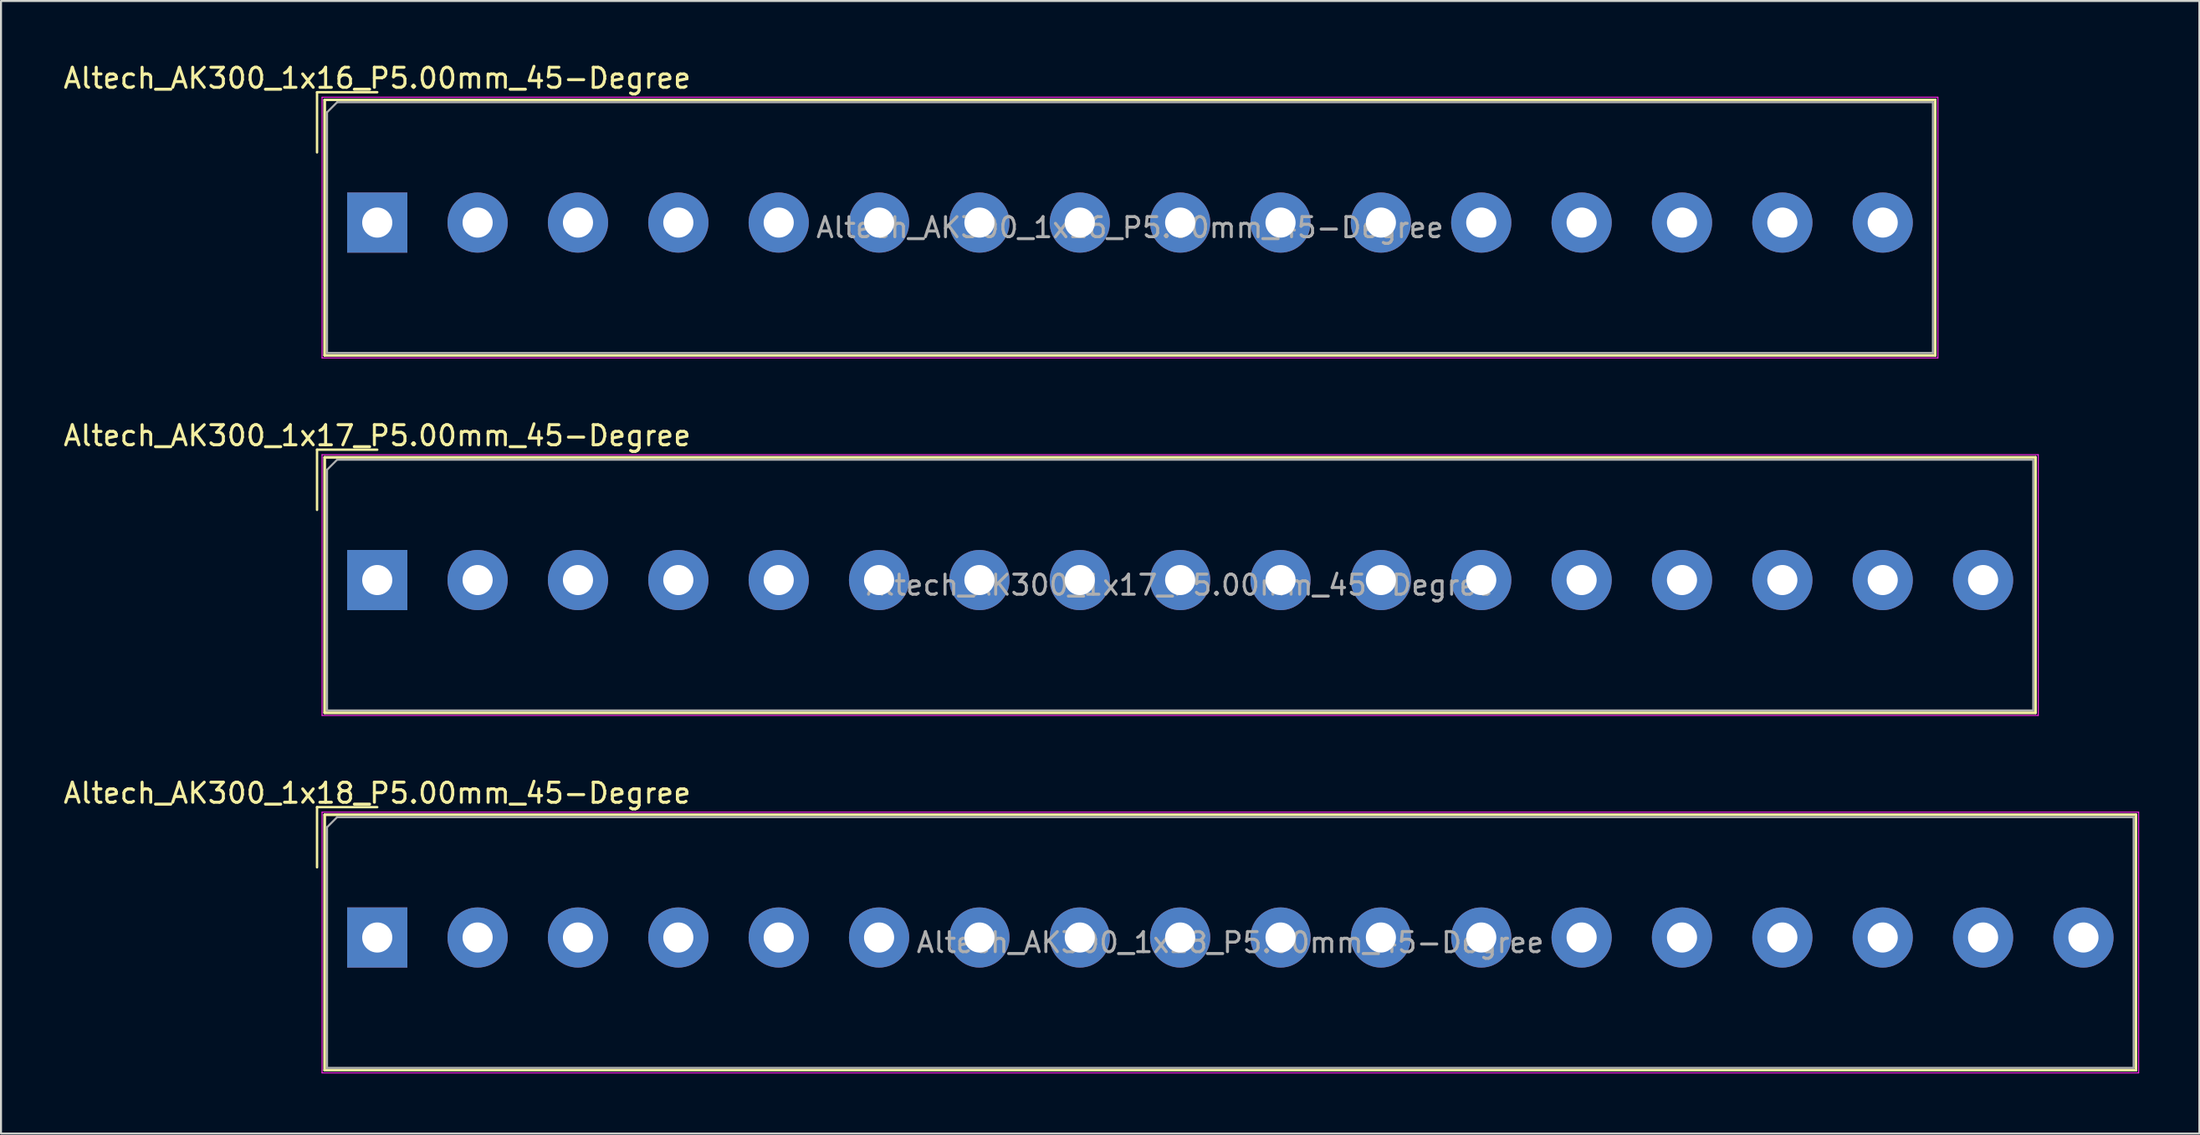
<source format=kicad_pcb>
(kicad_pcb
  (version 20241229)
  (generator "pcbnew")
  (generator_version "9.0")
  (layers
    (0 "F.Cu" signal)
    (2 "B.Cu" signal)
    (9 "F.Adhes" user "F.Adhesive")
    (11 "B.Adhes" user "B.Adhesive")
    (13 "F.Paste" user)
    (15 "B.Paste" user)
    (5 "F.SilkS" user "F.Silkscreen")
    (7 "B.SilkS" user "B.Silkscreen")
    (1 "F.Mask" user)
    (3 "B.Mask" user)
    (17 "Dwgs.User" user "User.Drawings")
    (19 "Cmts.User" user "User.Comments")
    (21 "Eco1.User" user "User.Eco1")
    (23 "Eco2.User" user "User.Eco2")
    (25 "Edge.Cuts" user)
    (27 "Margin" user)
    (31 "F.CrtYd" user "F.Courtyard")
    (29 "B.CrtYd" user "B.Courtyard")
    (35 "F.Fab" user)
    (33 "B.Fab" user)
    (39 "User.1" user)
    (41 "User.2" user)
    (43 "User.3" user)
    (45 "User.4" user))
  (footprint "Altech_AK300_1x16_P5.00mm_45-Degree"
    (layer "F.Cu")
    (at 15.744 8.048)
    (property "Reference" "Altech_AK300_1x16_P5.00mm_45-Degree" (at 0 -7.2 0) (layer "F.SilkS") (effects (font (size 1 1) (thickness 0.15))))
    (attr through_hole)
    (fp_line (start -3 -6.5) (end 0 -6.5) (stroke (width 0.12) (type solid)) (layer "F.SilkS"))
    (fp_line (start -3 -3.5) (end -3 -6.5) (stroke (width 0.12) (type solid)) (layer "F.SilkS"))
    (fp_line (start -2.62 -6.12) (end -2.62 6.62) (stroke (width 0.12) (type solid)) (layer "F.SilkS"))
    (fp_line (start -2.62 -6.12) (end -2.62 6.62) (stroke (width 0.12) (type solid)) (layer "F.SilkS"))
    (fp_line (start -2.62 -6.12) (end 77.62 -6.12) (stroke (width 0.12) (type solid)) (layer "F.SilkS"))
    (fp_line (start -2.62 -6.12) (end 77.62 -6.12) (stroke (width 0.12) (type solid)) (layer "F.SilkS"))
    (fp_line (start -2.62 6.62) (end 77.62 6.62) (stroke (width 0.12) (type solid)) (layer "F.SilkS"))
    (fp_line (start -2.62 6.62) (end 77.62 6.62) (stroke (width 0.12) (type solid)) (layer "F.SilkS"))
    (fp_line (start 77.62 -6.12) (end 77.62 6.62) (stroke (width 0.12) (type solid)) (layer "F.SilkS"))
    (fp_line (start 77.62 -6.12) (end 77.62 6.62) (stroke (width 0.12) (type solid)) (layer "F.SilkS"))
    (fp_line (start -2.75 -6.25) (end -2.75 6.75) (stroke (width 0.05) (type solid)) (layer "F.CrtYd"))
    (fp_line (start -2.75 -6.25) (end 77.75 -6.25) (stroke (width 0.05) (type solid)) (layer "F.CrtYd"))
    (fp_line (start -2.75 6.75) (end 77.75 6.75) (stroke (width 0.05) (type solid)) (layer "F.CrtYd"))
    (fp_line (start 77.75 -6.25) (end 77.75 6.75) (stroke (width 0.05) (type solid)) (layer "F.CrtYd"))
    (fp_line (start -2.5 -5.5) (end -2 -6) (stroke (width 0.1) (type solid)) (layer "F.Fab"))
    (fp_line (start -2.5 6.5) (end -2.5 -5.5) (stroke (width 0.1) (type solid)) (layer "F.Fab"))
    (fp_line (start -2 -6) (end 77.5 -6) (stroke (width 0.1) (type solid)) (layer "F.Fab"))
    (fp_line (start 77.5 -6) (end 77.5 6.5) (stroke (width 0.1) (type solid)) (layer "F.Fab"))
    (fp_line (start 77.5 6.5) (end -2.5 6.5) (stroke (width 0.1) (type solid)) (layer "F.Fab"))
    (fp_text user "${REFERENCE}" (at 37.5 0.25 0) (layer "F.Fab") (effects (font (size 1 1) (thickness 0.15))))
    (pad "1" thru_hole rect (at 0 0) (size 3 3) (drill 1.5) (layers "*.Cu" "*.Mask"))
    (pad "2" thru_hole circle (at 5 0) (size 3 3) (drill 1.5) (layers "*.Cu" "*.Mask"))
    (pad "3" thru_hole circle (at 10 0) (size 3 3) (drill 1.5) (layers "*.Cu" "*.Mask"))
    (pad "4" thru_hole circle (at 15 0) (size 3 3) (drill 1.5) (layers "*.Cu" "*.Mask"))
    (pad "5" thru_hole circle (at 20 0) (size 3 3) (drill 1.5) (layers "*.Cu" "*.Mask"))
    (pad "6" thru_hole circle (at 25 0) (size 3 3) (drill 1.5) (layers "*.Cu" "*.Mask"))
    (pad "7" thru_hole circle (at 30 0) (size 3 3) (drill 1.5) (layers "*.Cu" "*.Mask"))
    (pad "8" thru_hole circle (at 35 0) (size 3 3) (drill 1.5) (layers "*.Cu" "*.Mask"))
    (pad "9" thru_hole circle (at 40 0) (size 3 3) (drill 1.5) (layers "*.Cu" "*.Mask"))
    (pad "10" thru_hole circle (at 45 0) (size 3 3) (drill 1.5) (layers "*.Cu" "*.Mask"))
    (pad "11" thru_hole circle (at 50 0) (size 3 3) (drill 1.5) (layers "*.Cu" "*.Mask"))
    (pad "12" thru_hole circle (at 55 0) (size 3 3) (drill 1.5) (layers "*.Cu" "*.Mask"))
    (pad "13" thru_hole circle (at 60 0) (size 3 3) (drill 1.5) (layers "*.Cu" "*.Mask"))
    (pad "14" thru_hole circle (at 65 0) (size 3 3) (drill 1.5) (layers "*.Cu" "*.Mask"))
    (pad "15" thru_hole circle (at 70 0) (size 3 3) (drill 1.5) (layers "*.Cu" "*.Mask"))
    (pad "16" thru_hole circle (at 75 0) (size 3 3) (drill 1.5) (layers "*.Cu" "*.Mask")))
  (footprint "Altech_AK300_1x17_P5.00mm_45-Degree"
    (layer "F.Cu")
    (at 15.744 25.872)
    (property "Reference" "Altech_AK300_1x17_P5.00mm_45-Degree" (at 0 -7.2 0) (layer "F.SilkS") (effects (font (size 1 1) (thickness 0.15))))
    (attr through_hole)
    (fp_line (start -3 -6.5) (end 0 -6.5) (stroke (width 0.12) (type solid)) (layer "F.SilkS"))
    (fp_line (start -3 -3.5) (end -3 -6.5) (stroke (width 0.12) (type solid)) (layer "F.SilkS"))
    (fp_line (start -2.62 -6.12) (end -2.62 6.62) (stroke (width 0.12) (type solid)) (layer "F.SilkS"))
    (fp_line (start -2.62 -6.12) (end -2.62 6.62) (stroke (width 0.12) (type solid)) (layer "F.SilkS"))
    (fp_line (start -2.62 -6.12) (end 82.62 -6.12) (stroke (width 0.12) (type solid)) (layer "F.SilkS"))
    (fp_line (start -2.62 -6.12) (end 82.62 -6.12) (stroke (width 0.12) (type solid)) (layer "F.SilkS"))
    (fp_line (start -2.62 6.62) (end 82.62 6.62) (stroke (width 0.12) (type solid)) (layer "F.SilkS"))
    (fp_line (start -2.62 6.62) (end 82.62 6.62) (stroke (width 0.12) (type solid)) (layer "F.SilkS"))
    (fp_line (start 82.62 -6.12) (end 82.62 6.62) (stroke (width 0.12) (type solid)) (layer "F.SilkS"))
    (fp_line (start 82.62 -6.12) (end 82.62 6.62) (stroke (width 0.12) (type solid)) (layer "F.SilkS"))
    (fp_line (start -2.75 -6.25) (end -2.75 6.75) (stroke (width 0.05) (type solid)) (layer "F.CrtYd"))
    (fp_line (start -2.75 -6.25) (end 82.75 -6.25) (stroke (width 0.05) (type solid)) (layer "F.CrtYd"))
    (fp_line (start -2.75 6.75) (end 82.75 6.75) (stroke (width 0.05) (type solid)) (layer "F.CrtYd"))
    (fp_line (start 82.75 -6.25) (end 82.75 6.75) (stroke (width 0.05) (type solid)) (layer "F.CrtYd"))
    (fp_line (start -2.5 -5.5) (end -2 -6) (stroke (width 0.1) (type solid)) (layer "F.Fab"))
    (fp_line (start -2.5 6.5) (end -2.5 -5.5) (stroke (width 0.1) (type solid)) (layer "F.Fab"))
    (fp_line (start -2 -6) (end 82.5 -6) (stroke (width 0.1) (type solid)) (layer "F.Fab"))
    (fp_line (start 82.5 -6) (end 82.5 6.5) (stroke (width 0.1) (type solid)) (layer "F.Fab"))
    (fp_line (start 82.5 6.5) (end -2.5 6.5) (stroke (width 0.1) (type solid)) (layer "F.Fab"))
    (fp_text user "${REFERENCE}" (at 40 0.25 0) (layer "F.Fab") (effects (font (size 1 1) (thickness 0.15))))
    (pad "1" thru_hole rect (at 0 0) (size 3 3) (drill 1.5) (layers "*.Cu" "*.Mask"))
    (pad "2" thru_hole circle (at 5 0) (size 3 3) (drill 1.5) (layers "*.Cu" "*.Mask"))
    (pad "3" thru_hole circle (at 10 0) (size 3 3) (drill 1.5) (layers "*.Cu" "*.Mask"))
    (pad "4" thru_hole circle (at 15 0) (size 3 3) (drill 1.5) (layers "*.Cu" "*.Mask"))
    (pad "5" thru_hole circle (at 20 0) (size 3 3) (drill 1.5) (layers "*.Cu" "*.Mask"))
    (pad "6" thru_hole circle (at 25 0) (size 3 3) (drill 1.5) (layers "*.Cu" "*.Mask"))
    (pad "7" thru_hole circle (at 30 0) (size 3 3) (drill 1.5) (layers "*.Cu" "*.Mask"))
    (pad "8" thru_hole circle (at 35 0) (size 3 3) (drill 1.5) (layers "*.Cu" "*.Mask"))
    (pad "9" thru_hole circle (at 40 0) (size 3 3) (drill 1.5) (layers "*.Cu" "*.Mask"))
    (pad "10" thru_hole circle (at 45 0) (size 3 3) (drill 1.5) (layers "*.Cu" "*.Mask"))
    (pad "11" thru_hole circle (at 50 0) (size 3 3) (drill 1.5) (layers "*.Cu" "*.Mask"))
    (pad "12" thru_hole circle (at 55 0) (size 3 3) (drill 1.5) (layers "*.Cu" "*.Mask"))
    (pad "13" thru_hole circle (at 60 0) (size 3 3) (drill 1.5) (layers "*.Cu" "*.Mask"))
    (pad "14" thru_hole circle (at 65 0) (size 3 3) (drill 1.5) (layers "*.Cu" "*.Mask"))
    (pad "15" thru_hole circle (at 70 0) (size 3 3) (drill 1.5) (layers "*.Cu" "*.Mask"))
    (pad "16" thru_hole circle (at 75 0) (size 3 3) (drill 1.5) (layers "*.Cu" "*.Mask"))
    (pad "17" thru_hole circle (at 80 0) (size 3 3) (drill 1.5) (layers "*.Cu" "*.Mask")))
  (footprint "Altech_AK300_1x18_P5.00mm_45-Degree"
    (layer "F.Cu")
    (at 15.744 43.695)
    (property "Reference" "Altech_AK300_1x18_P5.00mm_45-Degree" (at 0 -7.2 0) (layer "F.SilkS") (effects (font (size 1 1) (thickness 0.15))))
    (attr through_hole)
    (fp_line (start -3 -6.5) (end 0 -6.5) (stroke (width 0.12) (type solid)) (layer "F.SilkS"))
    (fp_line (start -3 -3.5) (end -3 -6.5) (stroke (width 0.12) (type solid)) (layer "F.SilkS"))
    (fp_line (start -2.62 -6.12) (end -2.62 6.62) (stroke (width 0.12) (type solid)) (layer "F.SilkS"))
    (fp_line (start -2.62 -6.12) (end -2.62 6.62) (stroke (width 0.12) (type solid)) (layer "F.SilkS"))
    (fp_line (start -2.62 -6.12) (end 87.62 -6.12) (stroke (width 0.12) (type solid)) (layer "F.SilkS"))
    (fp_line (start -2.62 -6.12) (end 87.62 -6.12) (stroke (width 0.12) (type solid)) (layer "F.SilkS"))
    (fp_line (start -2.62 6.62) (end 87.62 6.62) (stroke (width 0.12) (type solid)) (layer "F.SilkS"))
    (fp_line (start -2.62 6.62) (end 87.62 6.62) (stroke (width 0.12) (type solid)) (layer "F.SilkS"))
    (fp_line (start 87.62 -6.12) (end 87.62 6.62) (stroke (width 0.12) (type solid)) (layer "F.SilkS"))
    (fp_line (start 87.62 -6.12) (end 87.62 6.62) (stroke (width 0.12) (type solid)) (layer "F.SilkS"))
    (fp_line (start -2.75 -6.25) (end -2.75 6.75) (stroke (width 0.05) (type solid)) (layer "F.CrtYd"))
    (fp_line (start -2.75 -6.25) (end 87.75 -6.25) (stroke (width 0.05) (type solid)) (layer "F.CrtYd"))
    (fp_line (start -2.75 6.75) (end 87.75 6.75) (stroke (width 0.05) (type solid)) (layer "F.CrtYd"))
    (fp_line (start 87.75 -6.25) (end 87.75 6.75) (stroke (width 0.05) (type solid)) (layer "F.CrtYd"))
    (fp_line (start -2.5 -5.5) (end -2 -6) (stroke (width 0.1) (type solid)) (layer "F.Fab"))
    (fp_line (start -2.5 6.5) (end -2.5 -5.5) (stroke (width 0.1) (type solid)) (layer "F.Fab"))
    (fp_line (start -2 -6) (end 87.5 -6) (stroke (width 0.1) (type solid)) (layer "F.Fab"))
    (fp_line (start 87.5 -6) (end 87.5 6.5) (stroke (width 0.1) (type solid)) (layer "F.Fab"))
    (fp_line (start 87.5 6.5) (end -2.5 6.5) (stroke (width 0.1) (type solid)) (layer "F.Fab"))
    (fp_text user "${REFERENCE}" (at 42.5 0.25 0) (layer "F.Fab") (effects (font (size 1 1) (thickness 0.15))))
    (pad "1" thru_hole rect (at 0 0) (size 3 3) (drill 1.5) (layers "*.Cu" "*.Mask"))
    (pad "2" thru_hole circle (at 5 0) (size 3 3) (drill 1.5) (layers "*.Cu" "*.Mask"))
    (pad "3" thru_hole circle (at 10 0) (size 3 3) (drill 1.5) (layers "*.Cu" "*.Mask"))
    (pad "4" thru_hole circle (at 15 0) (size 3 3) (drill 1.5) (layers "*.Cu" "*.Mask"))
    (pad "5" thru_hole circle (at 20 0) (size 3 3) (drill 1.5) (layers "*.Cu" "*.Mask"))
    (pad "6" thru_hole circle (at 25 0) (size 3 3) (drill 1.5) (layers "*.Cu" "*.Mask"))
    (pad "7" thru_hole circle (at 30 0) (size 3 3) (drill 1.5) (layers "*.Cu" "*.Mask"))
    (pad "8" thru_hole circle (at 35 0) (size 3 3) (drill 1.5) (layers "*.Cu" "*.Mask"))
    (pad "9" thru_hole circle (at 40 0) (size 3 3) (drill 1.5) (layers "*.Cu" "*.Mask"))
    (pad "10" thru_hole circle (at 45 0) (size 3 3) (drill 1.5) (layers "*.Cu" "*.Mask"))
    (pad "11" thru_hole circle (at 50 0) (size 3 3) (drill 1.5) (layers "*.Cu" "*.Mask"))
    (pad "12" thru_hole circle (at 55 0) (size 3 3) (drill 1.5) (layers "*.Cu" "*.Mask"))
    (pad "13" thru_hole circle (at 60 0) (size 3 3) (drill 1.5) (layers "*.Cu" "*.Mask"))
    (pad "14" thru_hole circle (at 65 0) (size 3 3) (drill 1.5) (layers "*.Cu" "*.Mask"))
    (pad "15" thru_hole circle (at 70 0) (size 3 3) (drill 1.5) (layers "*.Cu" "*.Mask"))
    (pad "16" thru_hole circle (at 75 0) (size 3 3) (drill 1.5) (layers "*.Cu" "*.Mask"))
    (pad "17" thru_hole circle (at 80 0) (size 3 3) (drill 1.5) (layers "*.Cu" "*.Mask"))
    (pad "18" thru_hole circle (at 85 0) (size 3 3) (drill 1.5) (layers "*.Cu" "*.Mask")))
  (gr_rect
    (start -3 -3)
    (end 106.519 53.47)
    (stroke (width 0.1) (type default))
    (fill no)
    (layer "Edge.Cuts")))
</source>
